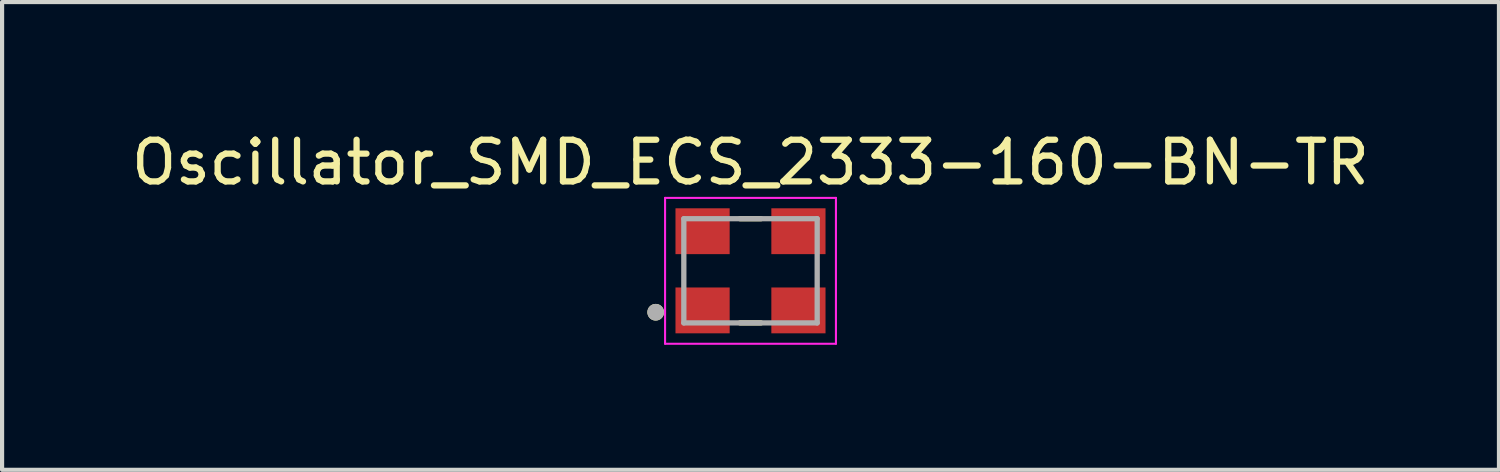
<source format=kicad_pcb>
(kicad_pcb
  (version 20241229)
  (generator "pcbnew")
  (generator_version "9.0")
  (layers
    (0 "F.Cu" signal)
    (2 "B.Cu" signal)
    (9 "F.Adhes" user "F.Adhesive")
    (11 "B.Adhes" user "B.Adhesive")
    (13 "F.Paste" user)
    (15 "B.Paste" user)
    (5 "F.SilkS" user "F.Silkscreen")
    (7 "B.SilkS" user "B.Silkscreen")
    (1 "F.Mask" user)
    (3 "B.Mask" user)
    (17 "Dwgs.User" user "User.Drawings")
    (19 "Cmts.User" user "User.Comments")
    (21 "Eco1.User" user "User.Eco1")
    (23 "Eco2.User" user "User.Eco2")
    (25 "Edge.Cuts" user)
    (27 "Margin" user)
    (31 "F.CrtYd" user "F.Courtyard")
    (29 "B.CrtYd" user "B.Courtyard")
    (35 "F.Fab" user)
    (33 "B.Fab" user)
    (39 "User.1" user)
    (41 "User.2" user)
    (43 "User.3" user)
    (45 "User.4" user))
  (footprint "Oscillator_SMD_ECS_2333-160-BN-TR"
    (layer "F.Cu")
    (at 14.958 3.448)
    (property "Reference" "Oscillator_SMD_ECS_2333-160-BN-TR" (at 0 -2.6 0) (layer "F.SilkS") (effects (font (size 1 1) (thickness 0.15))))
    (attr smd)
    (fp_line (start -0.25 -1.25) (end 0.25 -1.25) (stroke (width 0.127) (type solid)) (layer "F.SilkS"))
    (fp_line (start -0.25 1.25) (end 0.25 1.25) (stroke (width 0.127) (type solid)) (layer "F.SilkS"))
    (fp_circle (center -2.275 0.994) (end -2.175 0.994) (stroke (width 0.2) (type solid)) (fill no) (layer "F.SilkS"))
    (fp_line (start -2.05 -1.75) (end 2.05 -1.75) (stroke (width 0.05) (type solid)) (layer "F.CrtYd"))
    (fp_line (start -2.05 1.75) (end -2.05 -1.75) (stroke (width 0.05) (type solid)) (layer "F.CrtYd"))
    (fp_line (start 2.05 -1.75) (end 2.05 1.75) (stroke (width 0.05) (type solid)) (layer "F.CrtYd"))
    (fp_line (start 2.05 1.75) (end -2.05 1.75) (stroke (width 0.05) (type solid)) (layer "F.CrtYd"))
    (fp_line (start -1.6 -1.25) (end 1.6 -1.25) (stroke (width 0.127) (type solid)) (layer "F.Fab"))
    (fp_line (start -1.6 1.25) (end -1.6 -1.25) (stroke (width 0.127) (type solid)) (layer "F.Fab"))
    (fp_line (start 1.6 -1.25) (end 1.6 1.25) (stroke (width 0.127) (type solid)) (layer "F.Fab"))
    (fp_line (start 1.6 1.25) (end -1.6 1.25) (stroke (width 0.127) (type solid)) (layer "F.Fab"))
    (fp_circle (center -2.275 0.994) (end -2.175 0.994) (stroke (width 0.2) (type solid)) (fill no) (layer "F.Fab"))
    (pad "1" smd rect (at -1.15 0.95) (size 1.3 1.1) (layers "F.Cu" "F.Mask" "F.Paste"))
    (pad "2" smd rect (at 1.15 0.95) (size 1.3 1.1) (layers "F.Cu" "F.Mask" "F.Paste"))
    (pad "3" smd rect (at 1.15 -0.95) (size 1.3 1.1) (layers "F.Cu" "F.Mask" "F.Paste"))
    (pad "4" smd rect (at -1.15 -0.95) (size 1.3 1.1) (layers "F.Cu" "F.Mask" "F.Paste")))
  (gr_rect
    (start -3 -3)
    (end 32.917 8.223)
    (stroke (width 0.1) (type default))
    (fill no)
    (layer "Edge.Cuts")))
</source>
